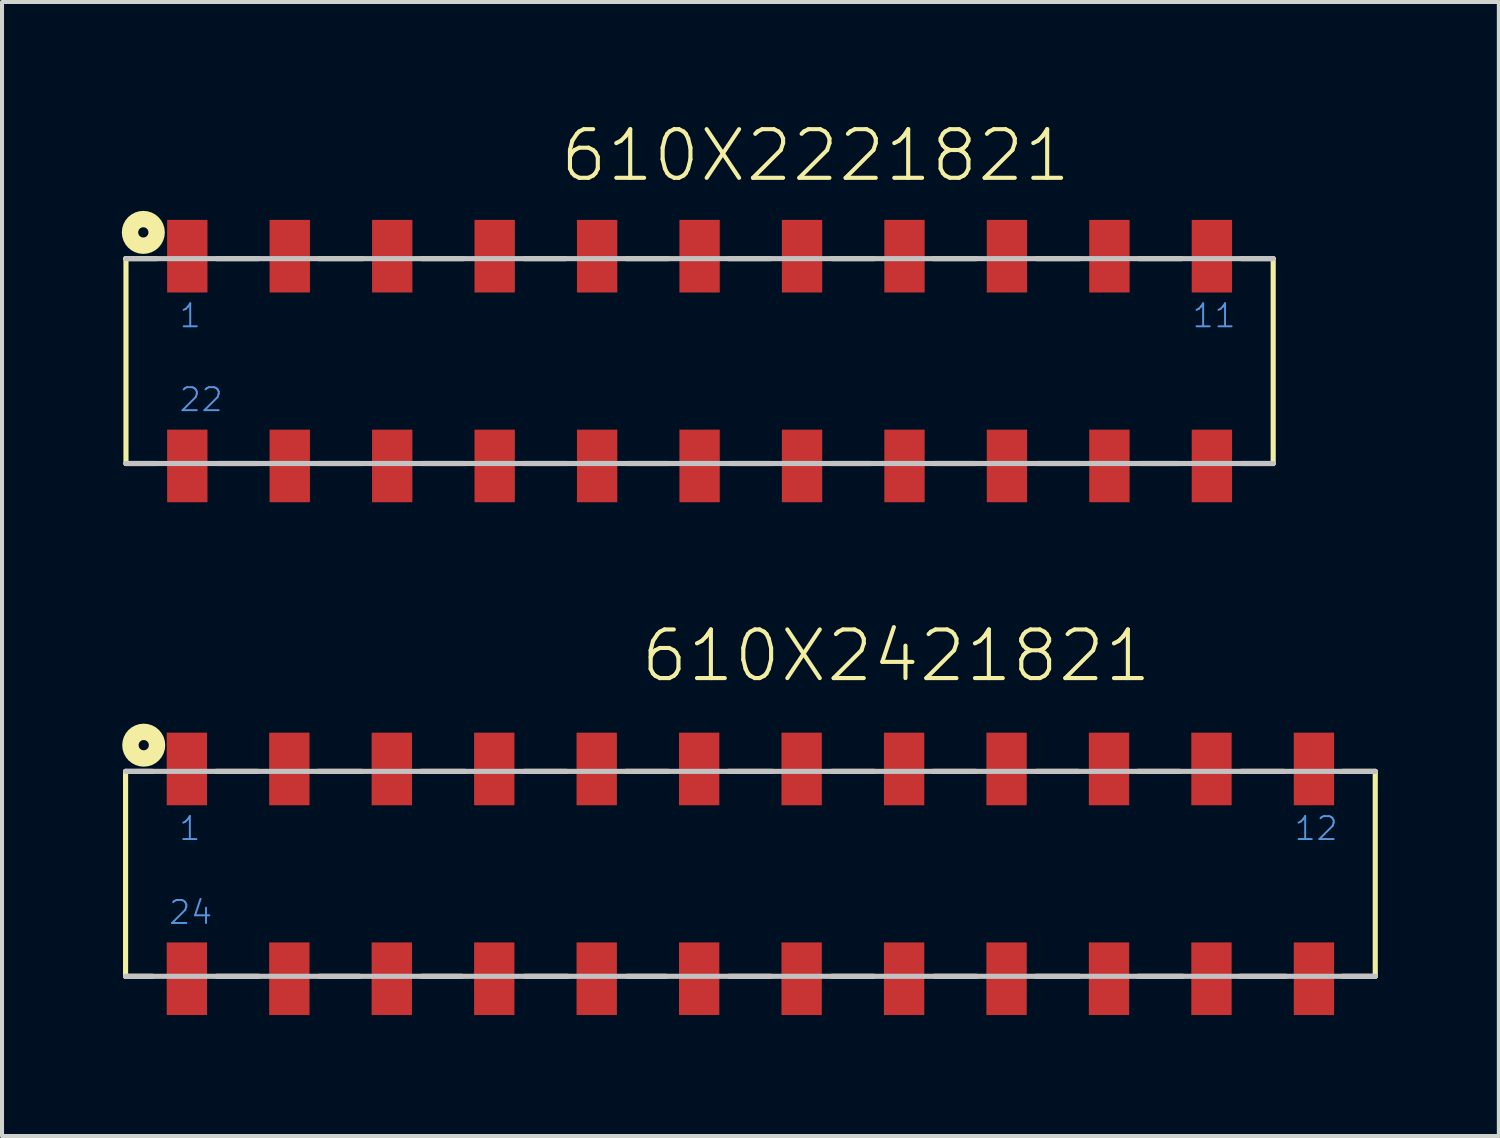
<source format=kicad_pcb>
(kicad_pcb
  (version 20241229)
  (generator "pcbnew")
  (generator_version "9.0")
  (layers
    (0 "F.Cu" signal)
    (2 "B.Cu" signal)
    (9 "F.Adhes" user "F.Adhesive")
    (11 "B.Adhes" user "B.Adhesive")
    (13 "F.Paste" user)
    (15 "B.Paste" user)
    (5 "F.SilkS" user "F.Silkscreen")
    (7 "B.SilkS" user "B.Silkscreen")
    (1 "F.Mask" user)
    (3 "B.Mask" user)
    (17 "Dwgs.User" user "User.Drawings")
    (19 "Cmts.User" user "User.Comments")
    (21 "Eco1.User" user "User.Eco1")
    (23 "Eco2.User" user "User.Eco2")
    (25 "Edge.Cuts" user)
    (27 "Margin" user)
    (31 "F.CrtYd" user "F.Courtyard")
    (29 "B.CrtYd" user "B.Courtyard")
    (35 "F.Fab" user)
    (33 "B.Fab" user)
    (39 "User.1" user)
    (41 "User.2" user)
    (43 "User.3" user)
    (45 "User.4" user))
  (footprint "610X2221821"
    (layer "F.Cu")
    (at 14.293 5.901)
    (property "Reference" "610X2221821" (at -3.51 -4.39 0) (layer "F.SilkS") (effects (font (size 1.206 1.206) (thickness 0.102)) (justify left bottom)))
    (attr through_hole)
    (fp_line (start -14.22 -2.54) (end -14.22 2.54) (stroke (width 0.127) (type solid)) (layer "F.SilkS"))
    (fp_line (start -13.49 2.54) (end -14.22 2.54) (stroke (width 0.127) (type solid)) (layer "F.SilkS"))
    (fp_line (start -13.46 -2.54) (end -14.23 -2.54) (stroke (width 0.127) (type solid)) (layer "F.SilkS"))
    (fp_line (start -11.97 -2.54) (end -10.93 -2.54) (stroke (width 0.127) (type solid)) (layer "F.SilkS"))
    (fp_line (start -11.94 2.54) (end -10.97 2.54) (stroke (width 0.127) (type solid)) (layer "F.SilkS"))
    (fp_line (start -9.44 -2.54) (end -8.35 -2.54) (stroke (width 0.127) (type solid)) (layer "F.SilkS"))
    (fp_line (start -9.44 2.54) (end -8.4 2.54) (stroke (width 0.127) (type solid)) (layer "F.SilkS"))
    (fp_line (start -6.89 -2.54) (end -5.85 -2.54) (stroke (width 0.127) (type solid)) (layer "F.SilkS"))
    (fp_line (start -6.86 2.54) (end -5.82 2.54) (stroke (width 0.127) (type solid)) (layer "F.SilkS"))
    (fp_line (start -4.37 2.54) (end -3.29 2.54) (stroke (width 0.127) (type solid)) (layer "F.SilkS"))
    (fp_line (start -4.35 -2.54) (end -3.32 -2.54) (stroke (width 0.127) (type solid)) (layer "F.SilkS"))
    (fp_line (start -1.81 -2.54) (end -0.77 -2.54) (stroke (width 0.127) (type solid)) (layer "F.SilkS"))
    (fp_line (start -1.79 2.54) (end -0.77 2.54) (stroke (width 0.127) (type solid)) (layer "F.SilkS"))
    (fp_line (start 0.72 -2.54) (end 1.76 -2.54) (stroke (width 0.127) (type solid)) (layer "F.SilkS"))
    (fp_line (start 0.78 2.54) (end 1.77 2.54) (stroke (width 0.127) (type solid)) (layer "F.SilkS"))
    (fp_line (start 3.27 2.54) (end 4.24 2.54) (stroke (width 0.127) (type solid)) (layer "F.SilkS"))
    (fp_line (start 3.28 -2.54) (end 4.33 -2.54) (stroke (width 0.127) (type solid)) (layer "F.SilkS"))
    (fp_line (start 5.79 -2.54) (end 6.86 -2.54) (stroke (width 0.127) (type solid)) (layer "F.SilkS"))
    (fp_line (start 5.83 2.54) (end 6.83 2.54) (stroke (width 0.127) (type solid)) (layer "F.SilkS"))
    (fp_line (start 8.36 -2.54) (end 9.42 -2.54) (stroke (width 0.127) (type solid)) (layer "F.SilkS"))
    (fp_line (start 8.38 2.54) (end 9.42 2.54) (stroke (width 0.127) (type solid)) (layer "F.SilkS"))
    (fp_line (start 10.89 -2.54) (end 11.95 -2.54) (stroke (width 0.127) (type solid)) (layer "F.SilkS"))
    (fp_line (start 10.93 2.54) (end 11.87 2.54) (stroke (width 0.127) (type solid)) (layer "F.SilkS"))
    (fp_line (start 13.43 -2.54) (end 14.22 -2.54) (stroke (width 0.127) (type solid)) (layer "F.SilkS"))
    (fp_line (start 13.44 2.54) (end 14.22 2.54) (stroke (width 0.127) (type solid)) (layer "F.SilkS"))
    (fp_line (start 14.22 2.54) (end 14.22 -2.54) (stroke (width 0.127) (type solid)) (layer "F.SilkS"))
    (fp_circle (center -13.79 -3.19) (end -13.663 -3.19) (stroke (width 0.406) (type solid)) (fill no) (layer "F.SilkS"))
    (fp_line (start -14.22 2.54) (end 14.22 2.54) (stroke (width 0.127) (type solid)) (layer "Dwgs.User"))
    (fp_line (start 14.22 -2.54) (end -14.22 -2.54) (stroke (width 0.127) (type solid)) (layer "Dwgs.User"))
    (fp_text user "1" (at -12.93 -0.79 0) (layer "Cmts.User") (effects (font (size 0.57 0.57) (thickness 0.048)) (justify left bottom)))
    (fp_text user "22" (at -12.93 1.29 0) (layer "Cmts.User") (effects (font (size 0.57 0.57) (thickness 0.048)) (justify left bottom)))
    (fp_text user "11" (at 12.18 -0.79 0) (layer "Cmts.User") (effects (font (size 0.57 0.57) (thickness 0.048)) (justify left bottom)))
    (pad "1" smd rect (at -12.7 -2.6) (size 1 1.8) (layers "F.Cu" "F.Mask" "F.Paste"))
    (pad "2" smd rect (at -10.16 -2.6) (size 1 1.8) (layers "F.Cu" "F.Mask" "F.Paste"))
    (pad "3" smd rect (at -7.62 -2.6) (size 1 1.8) (layers "F.Cu" "F.Mask" "F.Paste"))
    (pad "4" smd rect (at -5.08 -2.6) (size 1 1.8) (layers "F.Cu" "F.Mask" "F.Paste"))
    (pad "5" smd rect (at -2.54 -2.6) (size 1 1.8) (layers "F.Cu" "F.Mask" "F.Paste"))
    (pad "6" smd rect (at 0 -2.6) (size 1 1.8) (layers "F.Cu" "F.Mask" "F.Paste"))
    (pad "7" smd rect (at 2.54 -2.6) (size 1 1.8) (layers "F.Cu" "F.Mask" "F.Paste"))
    (pad "8" smd rect (at 5.08 -2.6) (size 1 1.8) (layers "F.Cu" "F.Mask" "F.Paste"))
    (pad "9" smd rect (at 7.62 -2.6) (size 1 1.8) (layers "F.Cu" "F.Mask" "F.Paste"))
    (pad "10" smd rect (at 10.16 -2.6) (size 1 1.8) (layers "F.Cu" "F.Mask" "F.Paste"))
    (pad "11" smd rect (at 12.7 -2.6) (size 1 1.8) (layers "F.Cu" "F.Mask" "F.Paste"))
    (pad "12" smd rect (at 12.7 2.6) (size 1 1.8) (layers "F.Cu" "F.Mask" "F.Paste"))
    (pad "13" smd rect (at 10.16 2.6) (size 1 1.8) (layers "F.Cu" "F.Mask" "F.Paste"))
    (pad "14" smd rect (at 7.62 2.6) (size 1 1.8) (layers "F.Cu" "F.Mask" "F.Paste"))
    (pad "15" smd rect (at 5.08 2.6) (size 1 1.8) (layers "F.Cu" "F.Mask" "F.Paste"))
    (pad "16" smd rect (at 2.54 2.6) (size 1 1.8) (layers "F.Cu" "F.Mask" "F.Paste"))
    (pad "17" smd rect (at 0 2.6) (size 1 1.8) (layers "F.Cu" "F.Mask" "F.Paste"))
    (pad "18" smd rect (at -2.54 2.6) (size 1 1.8) (layers "F.Cu" "F.Mask" "F.Paste"))
    (pad "19" smd rect (at -5.08 2.6) (size 1 1.8) (layers "F.Cu" "F.Mask" "F.Paste"))
    (pad "20" smd rect (at -7.62 2.6) (size 1 1.8) (layers "F.Cu" "F.Mask" "F.Paste"))
    (pad "21" smd rect (at -10.16 2.6) (size 1 1.8) (layers "F.Cu" "F.Mask" "F.Paste"))
    (pad "22" smd rect (at -12.7 2.6) (size 1 1.8) (layers "F.Cu" "F.Mask" "F.Paste")))
  (footprint "610X2421821"
    (layer "F.Cu")
    (at 15.553 18.613)
    (property "Reference" "610X2421821" (at -2.77 -4.7 0) (layer "F.SilkS") (effects (font (size 1.206 1.206) (thickness 0.102)) (justify left bottom)))
    (attr through_hole)
    (fp_line (start -15.49 -2.54) (end -15.49 2.54) (stroke (width 0.127) (type solid)) (layer "F.SilkS"))
    (fp_line (start -14.82 -2.54) (end -15.49 -2.54) (stroke (width 0.127) (type solid)) (layer "F.SilkS"))
    (fp_line (start -14.82 2.54) (end -15.49 2.54) (stroke (width 0.127) (type solid)) (layer "F.SilkS"))
    (fp_line (start -13.25 -2.54) (end -12.21 -2.54) (stroke (width 0.127) (type solid)) (layer "F.SilkS"))
    (fp_line (start -13.23 2.54) (end -12.19 2.54) (stroke (width 0.127) (type solid)) (layer "F.SilkS"))
    (fp_line (start -10.72 -2.54) (end -9.64 -2.54) (stroke (width 0.127) (type solid)) (layer "F.SilkS"))
    (fp_line (start -10.68 2.54) (end -9.69 2.54) (stroke (width 0.127) (type solid)) (layer "F.SilkS"))
    (fp_line (start -8.16 -2.54) (end -7.07 -2.54) (stroke (width 0.127) (type solid)) (layer "F.SilkS"))
    (fp_line (start -8.15 2.54) (end -7.15 2.54) (stroke (width 0.127) (type solid)) (layer "F.SilkS"))
    (fp_line (start -5.61 -2.54) (end -4.56 -2.54) (stroke (width 0.127) (type solid)) (layer "F.SilkS"))
    (fp_line (start -5.59 2.54) (end -4.53 2.54) (stroke (width 0.127) (type solid)) (layer "F.SilkS"))
    (fp_line (start -3.09 -2.54) (end -2.03 -2.54) (stroke (width 0.127) (type solid)) (layer "F.SilkS"))
    (fp_line (start -3.06 2.54) (end -2.09 2.54) (stroke (width 0.127) (type solid)) (layer "F.SilkS"))
    (fp_line (start -0.55 -2.54) (end 0.55 -2.54) (stroke (width 0.127) (type solid)) (layer "F.SilkS"))
    (fp_line (start -0.53 2.54) (end 0.5 2.54) (stroke (width 0.127) (type solid)) (layer "F.SilkS"))
    (fp_line (start 2.02 -2.54) (end 3.07 -2.54) (stroke (width 0.127) (type solid)) (layer "F.SilkS"))
    (fp_line (start 2.02 2.54) (end 3.06 2.54) (stroke (width 0.127) (type solid)) (layer "F.SilkS"))
    (fp_line (start 4.53 -2.54) (end 5.59 -2.54) (stroke (width 0.127) (type solid)) (layer "F.SilkS"))
    (fp_line (start 4.56 2.54) (end 5.6 2.54) (stroke (width 0.127) (type solid)) (layer "F.SilkS"))
    (fp_line (start 7.08 2.54) (end 8.15 2.54) (stroke (width 0.127) (type solid)) (layer "F.SilkS"))
    (fp_line (start 7.09 -2.54) (end 8.13 -2.54) (stroke (width 0.127) (type solid)) (layer "F.SilkS"))
    (fp_line (start 9.6 -2.54) (end 10.65 -2.54) (stroke (width 0.127) (type solid)) (layer "F.SilkS"))
    (fp_line (start 9.61 2.54) (end 10.72 2.54) (stroke (width 0.127) (type solid)) (layer "F.SilkS"))
    (fp_line (start 12.14 2.54) (end 13.27 2.54) (stroke (width 0.127) (type solid)) (layer "F.SilkS"))
    (fp_line (start 12.17 -2.54) (end 13.23 -2.54) (stroke (width 0.127) (type solid)) (layer "F.SilkS"))
    (fp_line (start 14.68 -2.54) (end 15.49 -2.54) (stroke (width 0.127) (type solid)) (layer "F.SilkS"))
    (fp_line (start 14.68 2.54) (end 15.49 2.54) (stroke (width 0.127) (type solid)) (layer "F.SilkS"))
    (fp_line (start 15.49 2.54) (end 15.49 -2.54) (stroke (width 0.127) (type solid)) (layer "F.SilkS"))
    (fp_circle (center -15.04 -3.19) (end -14.913 -3.19) (stroke (width 0.406) (type solid)) (fill no) (layer "F.SilkS"))
    (fp_line (start -15.49 2.54) (end 15.49 2.54) (stroke (width 0.127) (type solid)) (layer "Dwgs.User"))
    (fp_line (start 15.49 -2.54) (end -15.49 -2.54) (stroke (width 0.127) (type solid)) (layer "Dwgs.User"))
    (fp_text user "12" (at 13.45 -0.79 0) (layer "Cmts.User") (effects (font (size 0.57 0.57) (thickness 0.048)) (justify left bottom)))
    (fp_text user "24" (at -14.45 1.29 0) (layer "Cmts.User") (effects (font (size 0.57 0.57) (thickness 0.048)) (justify left bottom)))
    (fp_text user "1" (at -14.2 -0.79 0) (layer "Cmts.User") (effects (font (size 0.57 0.57) (thickness 0.048)) (justify left bottom)))
    (pad "1" smd rect (at -13.97 -2.6) (size 1 1.8) (layers "F.Cu" "F.Mask" "F.Paste"))
    (pad "2" smd rect (at -11.43 -2.6) (size 1 1.8) (layers "F.Cu" "F.Mask" "F.Paste"))
    (pad "3" smd rect (at -8.89 -2.6) (size 1 1.8) (layers "F.Cu" "F.Mask" "F.Paste"))
    (pad "4" smd rect (at -6.35 -2.6) (size 1 1.8) (layers "F.Cu" "F.Mask" "F.Paste"))
    (pad "5" smd rect (at -3.81 -2.6) (size 1 1.8) (layers "F.Cu" "F.Mask" "F.Paste"))
    (pad "6" smd rect (at -1.27 -2.6) (size 1 1.8) (layers "F.Cu" "F.Mask" "F.Paste"))
    (pad "7" smd rect (at 1.27 -2.6) (size 1 1.8) (layers "F.Cu" "F.Mask" "F.Paste"))
    (pad "8" smd rect (at 3.81 -2.6) (size 1 1.8) (layers "F.Cu" "F.Mask" "F.Paste"))
    (pad "9" smd rect (at 6.35 -2.6) (size 1 1.8) (layers "F.Cu" "F.Mask" "F.Paste"))
    (pad "10" smd rect (at 8.89 -2.6) (size 1 1.8) (layers "F.Cu" "F.Mask" "F.Paste"))
    (pad "11" smd rect (at 11.43 -2.6) (size 1 1.8) (layers "F.Cu" "F.Mask" "F.Paste"))
    (pad "12" smd rect (at 13.97 -2.6) (size 1 1.8) (layers "F.Cu" "F.Mask" "F.Paste"))
    (pad "13" smd rect (at 13.97 2.6) (size 1 1.8) (layers "F.Cu" "F.Mask" "F.Paste"))
    (pad "14" smd rect (at 11.43 2.6) (size 1 1.8) (layers "F.Cu" "F.Mask" "F.Paste"))
    (pad "15" smd rect (at 8.89 2.6) (size 1 1.8) (layers "F.Cu" "F.Mask" "F.Paste"))
    (pad "16" smd rect (at 6.35 2.6) (size 1 1.8) (layers "F.Cu" "F.Mask" "F.Paste"))
    (pad "17" smd rect (at 3.81 2.6) (size 1 1.8) (layers "F.Cu" "F.Mask" "F.Paste"))
    (pad "18" smd rect (at 1.27 2.6) (size 1 1.8) (layers "F.Cu" "F.Mask" "F.Paste"))
    (pad "19" smd rect (at -1.27 2.6) (size 1 1.8) (layers "F.Cu" "F.Mask" "F.Paste"))
    (pad "20" smd rect (at -3.81 2.6) (size 1 1.8) (layers "F.Cu" "F.Mask" "F.Paste"))
    (pad "21" smd rect (at -6.35 2.6) (size 1 1.8) (layers "F.Cu" "F.Mask" "F.Paste"))
    (pad "22" smd rect (at -8.89 2.6) (size 1 1.8) (layers "F.Cu" "F.Mask" "F.Paste"))
    (pad "23" smd rect (at -11.43 2.6) (size 1 1.8) (layers "F.Cu" "F.Mask" "F.Paste"))
    (pad "24" smd rect (at -13.97 2.6) (size 1 1.8) (layers "F.Cu" "F.Mask" "F.Paste")))
  (gr_rect
    (start -3 -3)
    (end 34.107 25.113)
    (stroke (width 0.1) (type default))
    (fill no)
    (layer "Edge.Cuts")))
</source>
